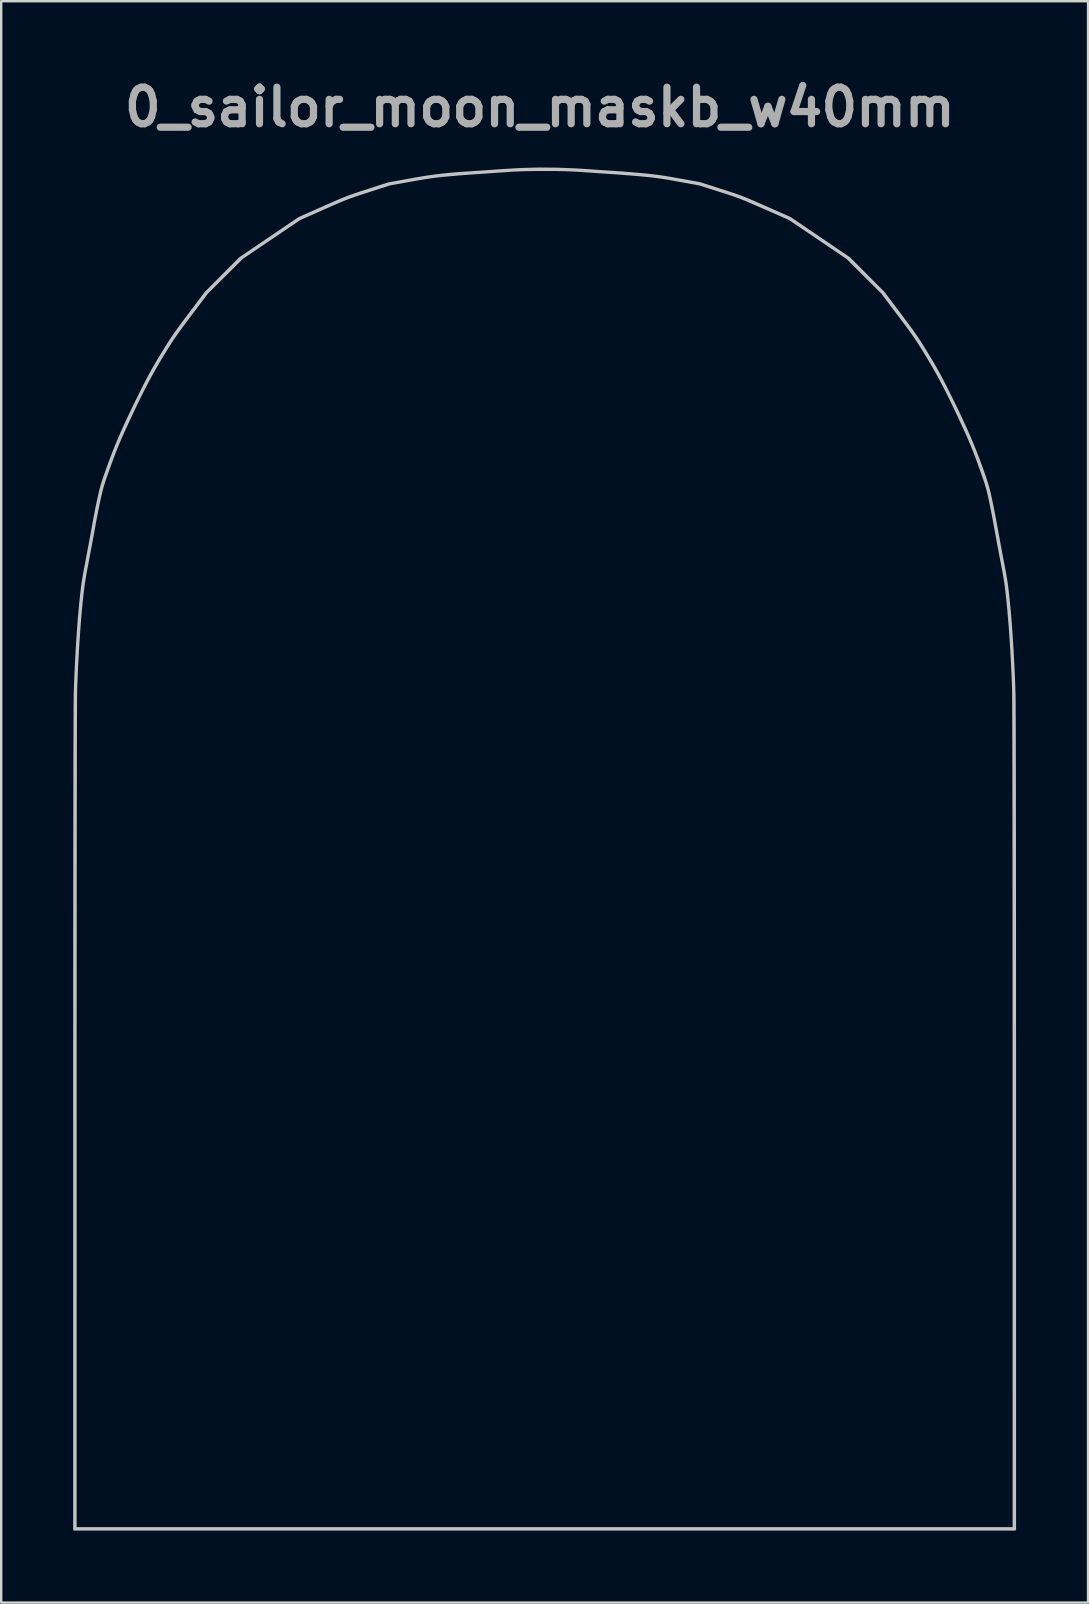
<source format=kicad_pcb>
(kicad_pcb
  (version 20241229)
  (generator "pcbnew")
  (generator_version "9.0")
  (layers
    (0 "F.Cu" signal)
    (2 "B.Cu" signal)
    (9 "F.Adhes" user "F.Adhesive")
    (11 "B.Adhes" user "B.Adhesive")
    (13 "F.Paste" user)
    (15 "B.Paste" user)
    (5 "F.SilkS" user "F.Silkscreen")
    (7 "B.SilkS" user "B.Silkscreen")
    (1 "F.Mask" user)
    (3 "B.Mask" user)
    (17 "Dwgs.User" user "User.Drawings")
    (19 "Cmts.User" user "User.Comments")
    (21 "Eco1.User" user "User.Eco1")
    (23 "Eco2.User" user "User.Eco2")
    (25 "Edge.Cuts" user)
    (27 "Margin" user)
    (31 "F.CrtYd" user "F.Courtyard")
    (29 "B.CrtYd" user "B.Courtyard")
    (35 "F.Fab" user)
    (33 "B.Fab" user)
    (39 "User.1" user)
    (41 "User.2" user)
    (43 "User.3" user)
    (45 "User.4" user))
  (footprint "0_sailor_moon_maskb_w40mm"
    (layer "F.Cu")
    (at 19.65 32.318)
    (property "Reference" "0_sailor_moon_maskb_w40mm" (at -0.2 -30.9 0) (layer "F.Fab") (effects (font (size 1.524 1.524) (thickness 0.3))))
    (attr board_only exclude_from_pos_files exclude_from_bom)
    (fp_poly (pts (xy -0.015 -24.152) (xy 0.127 -24.148) (xy 0.264 -24.143) (xy 0.403 -24.135) (xy 0.554 -24.125) (xy 0.711 -24.113) (xy 1.26 -24.066) (xy 1.783 -24.012) (xy 2.277 -23.953) (xy 2.739 -23.889) (xy 3.165 -23.82) (xy 3.552 -23.746) (xy 3.763 -23.701) (xy 4.187 -23.596) (xy 4.641 -23.472) (xy 5.116 -23.329) (xy 5.605 -23.171) (xy 6.1 -23.001) (xy 6.593 -22.822) (xy 7.075 -22.636) (xy 7.54 -22.446) (xy 7.978 -22.255) (xy 8.233 -22.137) (xy 8.868 -21.818) (xy 9.5 -21.465) (xy 10.125 -21.082) (xy 10.736 -20.672) (xy 11.328 -20.24) (xy 11.895 -19.789) (xy 12.433 -19.323) (xy 12.934 -18.847) (xy 13.2 -18.575) (xy 13.502 -18.254) (xy 13.774 -17.956) (xy 14.021 -17.679) (xy 14.247 -17.415) (xy 14.457 -17.16) (xy 14.655 -16.909) (xy 14.845 -16.657) (xy 14.895 -16.589) (xy 15.228 -16.112) (xy 15.559 -15.598) (xy 15.885 -15.054) (xy 16.2 -14.489) (xy 16.503 -13.908) (xy 16.787 -13.32) (xy 17.051 -12.733) (xy 17.289 -12.152) (xy 17.471 -11.667) (xy 17.607 -11.262) (xy 17.737 -10.836) (xy 17.86 -10.395) (xy 17.975 -9.946) (xy 18.078 -9.496) (xy 18.169 -9.053) (xy 18.247 -8.623) (xy 18.31 -8.214) (xy 18.355 -7.833) (xy 18.376 -7.589) (xy 18.395 -7.241) (xy 18.408 -6.861) (xy 18.414 -6.459) (xy 18.414 -6.044) (xy 18.408 -5.628) (xy 18.396 -5.222) (xy 18.378 -4.835) (xy 18.354 -4.478) (xy 18.344 -4.367) (xy 18.304 -3.93) (xy 18.263 -3.532) (xy 18.221 -3.166) (xy 18.177 -2.825) (xy 18.13 -2.504) (xy 18.078 -2.196) (xy 18.02 -1.894) (xy 17.956 -1.594) (xy 17.884 -1.287) (xy 17.803 -0.969) (xy 17.712 -0.632) (xy 17.644 -0.389) (xy 17.565 -0.115) (xy 17.495 0.123) (xy 17.432 0.332) (xy 17.374 0.518) (xy 17.317 0.688) (xy 17.261 0.849) (xy 17.202 1.008) (xy 17.138 1.172) (xy 17.068 1.347) (xy 17.058 1.37) (xy 16.87 1.82) (xy 16.687 2.235) (xy 16.505 2.624) (xy 16.32 2.996) (xy 16.126 3.361) (xy 15.921 3.726) (xy 15.739 4.033) (xy 15.528 4.381) (xy 15.332 4.695) (xy 15.147 4.983) (xy 14.967 5.251) (xy 14.79 5.505) (xy 14.609 5.753) (xy 14.42 6.001) (xy 14.219 6.255) (xy 14.106 6.396) (xy 13.846 6.712) (xy 13.608 6.996) (xy 13.389 7.249) (xy 13.187 7.475) (xy 12.999 7.677) (xy 12.821 7.858) (xy 12.652 8.021) (xy 12.557 8.108) (xy 12.013 8.577) (xy 11.463 9.011) (xy 10.894 9.417) (xy 10.297 9.804) (xy 10.222 9.85) (xy 9.839 10.082) (xy 9.486 10.291) (xy 9.159 10.479) (xy 8.853 10.65) (xy 8.562 10.805) (xy 8.282 10.947) (xy 8.006 11.079) (xy 7.73 11.204) (xy 7.449 11.323) (xy 7.157 11.44) (xy 6.849 11.557) (xy 6.533 11.672) (xy 5.945 11.878) (xy 5.388 12.061) (xy 4.855 12.225) (xy 4.339 12.37) (xy 3.833 12.499) (xy 3.331 12.614) (xy 2.825 12.717) (xy 2.424 12.789) (xy 2.297 12.814) (xy 2.202 12.844) (xy 2.132 12.887) (xy 2.078 12.949) (xy 2.032 13.038) (xy 1.986 13.161) (xy 1.972 13.204) (xy 1.844 13.645) (xy 1.749 14.079) (xy 1.689 14.498) (xy 1.674 14.678) (xy 1.67 14.854) (xy 1.68 15.059) (xy 1.7 15.281) (xy 1.73 15.505) (xy 1.768 15.72) (xy 1.813 15.912) (xy 1.822 15.943) (xy 1.841 16.01) (xy 1.86 16.072) (xy 1.88 16.131) (xy 1.903 16.193) (xy 1.931 16.261) (xy 1.966 16.34) (xy 2.01 16.433) (xy 2.065 16.546) (xy 2.132 16.682) (xy 2.213 16.845) (xy 2.311 17.04) (xy 2.42 17.256) (xy 2.468 17.393) (xy 2.487 17.548) (xy 2.477 17.705) (xy 2.446 17.822) (xy 2.414 17.894) (xy 2.374 17.951) (xy 2.314 18.006) (xy 2.261 18.047) (xy 2.183 18.101) (xy 2.107 18.146) (xy 2.05 18.174) (xy 2.047 18.175) (xy 1.981 18.188) (xy 1.887 18.195) (xy 1.782 18.197) (xy 1.682 18.192) (xy 1.604 18.182) (xy 1.598 18.181) (xy 1.556 18.161) (xy 1.491 18.119) (xy 1.413 18.063) (xy 1.362 18.022) (xy 1.241 17.91) (xy 1.103 17.758) (xy 0.95 17.566) (xy 0.782 17.336) (xy 0.601 17.069) (xy 0.46 16.851) (xy 0.369 16.705) (xy 0.295 16.582) (xy 0.233 16.471) (xy 0.177 16.36) (xy 0.122 16.237) (xy 0.06 16.091) (xy 0.017 15.985) (xy -0.047 15.825) (xy -0.097 15.696) (xy -0.136 15.586) (xy -0.167 15.485) (xy -0.194 15.382) (xy -0.219 15.266) (xy -0.247 15.126) (xy -0.25 15.111) (xy -0.279 14.954) (xy -0.306 14.786) (xy -0.33 14.623) (xy -0.348 14.478) (xy -0.355 14.403) (xy -0.38 14.106) (xy -0.62 13.809) (xy -0.871 13.728) (xy -0.98 13.693) (xy -1.082 13.661) (xy -1.165 13.634) (xy -1.211 13.62) (xy -1.269 13.598) (xy -1.353 13.56) (xy -1.448 13.513) (xy -1.504 13.484) (xy -1.563 13.455) (xy -1.634 13.423) (xy -1.72 13.389) (xy -1.825 13.349) (xy -1.954 13.304) (xy -2.109 13.252) (xy -2.297 13.191) (xy -2.519 13.119) (xy -2.726 13.054) (xy -2.977 12.975) (xy -3.254 12.889) (xy -3.547 12.799) (xy -3.844 12.708) (xy -4.134 12.621) (xy -4.407 12.539) (xy -4.65 12.468) (xy -4.69 12.456) (xy -5.007 12.362) (xy -5.305 12.269) (xy -5.59 12.176) (xy -5.87 12.079) (xy -6.15 11.977) (xy -6.437 11.867) (xy -6.738 11.747) (xy -7.058 11.614) (xy -7.404 11.466) (xy -7.783 11.3) (xy -7.82 11.283) (xy -8.477 10.98) (xy -9.099 10.666) (xy -9.684 10.342) (xy -10.231 10.009) (xy -10.738 9.67) (xy -11.155 9.361) (xy -11.301 9.249) (xy -11.416 9.167) (xy -11.502 9.112) (xy -11.56 9.084) (xy -11.574 9.081) (xy -11.676 9.086) (xy -11.792 9.129) (xy -11.919 9.21) (xy -11.948 9.233) (xy -12.018 9.286) (xy -12.112 9.35) (xy -12.214 9.417) (xy -12.271 9.451) (xy -12.356 9.501) (xy -12.434 9.541) (xy -12.515 9.575) (xy -12.609 9.608) (xy -12.728 9.643) (xy -12.846 9.676) (xy -13.04 9.723) (xy -13.265 9.768) (xy -13.511 9.811) (xy -13.769 9.85) (xy -14.027 9.882) (xy -14.276 9.908) (xy -14.504 9.926) (xy -14.702 9.933) (xy -14.733 9.934) (xy -15.021 9.923) (xy -15.272 9.892) (xy -15.484 9.84) (xy -15.658 9.766) (xy -15.794 9.673) (xy -15.867 9.592) (xy -15.902 9.54) (xy -15.922 9.491) (xy -15.931 9.43) (xy -15.933 9.342) (xy -15.933 9.338) (xy -15.932 9.256) (xy -15.925 9.197) (xy -15.907 9.145) (xy -15.872 9.085) (xy -15.828 9.02) (xy -15.782 8.956) (xy -15.732 8.898) (xy -15.671 8.839) (xy -15.593 8.772) (xy -15.49 8.691) (xy -15.4 8.624) (xy -15.265 8.524) (xy -15.11 8.411) (xy -14.948 8.296) (xy -14.797 8.189) (xy -14.733 8.145) (xy -14.513 7.992) (xy -14.326 7.862) (xy -14.171 7.753) (xy -14.045 7.663) (xy -13.946 7.589) (xy -13.871 7.531) (xy -13.817 7.484) (xy -13.782 7.448) (xy -13.763 7.42) (xy -13.758 7.398) (xy -13.764 7.381) (xy -13.779 7.365) (xy -13.783 7.361) (xy -13.814 7.351) (xy -13.881 7.339) (xy -13.975 7.324) (xy -14.089 7.309) (xy -14.156 7.302) (xy -14.392 7.273) (xy -14.588 7.244) (xy -14.747 7.212) (xy -14.874 7.174) (xy -14.973 7.13) (xy -15.048 7.077) (xy -15.102 7.014) (xy -15.14 6.938) (xy -15.166 6.848) (xy -15.169 6.835) (xy -15.193 6.714) (xy -15.091 6.615) (xy -15.023 6.558) (xy -14.926 6.49) (xy -14.812 6.416) (xy -14.693 6.344) (xy -14.58 6.282) (xy -14.484 6.237) (xy -14.482 6.236) (xy -14.43 6.212) (xy -14.411 6.191) (xy -14.419 6.161) (xy -14.425 6.151) (xy -14.461 6.095) (xy -14.523 6.013) (xy -14.604 5.914) (xy -14.698 5.802) (xy -14.801 5.686) (xy -14.905 5.571) (xy -15.005 5.464) (xy -15.095 5.373) (xy -15.138 5.332) (xy -15.381 5.118) (xy -15.619 4.937) (xy -15.863 4.78) (xy -16.115 4.643) (xy -16.34 4.524) (xy -16.535 4.408) (xy -16.712 4.286) (xy -16.883 4.148) (xy -16.994 4.049) (xy -17.077 3.97) (xy -17.155 3.888) (xy -17.233 3.797) (xy -17.317 3.687) (xy -17.416 3.552) (xy -17.473 3.47) (xy -17.577 3.32) (xy -17.66 3.193) (xy -17.728 3.08) (xy -17.789 2.97) (xy -17.848 2.85) (xy -17.907 2.72) (xy -18.037 2.41) (xy -18.165 2.073) (xy -18.286 1.722) (xy -18.394 1.374) (xy -18.484 1.042) (xy -18.509 0.939) (xy -18.586 0.574) (xy -18.64 0.222) (xy -18.674 -0.134) (xy -18.688 -0.509) (xy -18.689 -0.641) (xy -18.686 -0.812) (xy -18.677 -0.982) (xy -18.66 -1.16) (xy -18.634 -1.351) (xy -18.6 -1.562) (xy -18.555 -1.8) (xy -18.5 -2.072) (xy -18.477 -2.178) (xy -18.442 -2.347) (xy -18.416 -2.498) (xy -18.398 -2.64) (xy -18.387 -2.782) (xy -18.384 -2.931) (xy -18.387 -3.099) (xy -18.397 -3.293) (xy -18.411 -3.511) (xy -18.421 -3.689) (xy -18.43 -3.903) (xy -18.436 -4.148) (xy -18.441 -4.418) (xy -18.443 -4.706) (xy -18.444 -5.008) (xy -18.443 -5.317) (xy -18.441 -5.627) (xy -18.436 -5.933) (xy -18.431 -6.229) (xy -18.423 -6.509) (xy -18.414 -6.767) (xy -18.404 -6.998) (xy -18.392 -7.195) (xy -18.379 -7.344) (xy -18.338 -7.741) (xy -18.291 -8.127) (xy -18.237 -8.514) (xy -18.176 -8.911) (xy -18.105 -9.327) (xy -18.023 -9.773) (xy -17.991 -9.944) (xy -17.946 -10.154) (xy -17.886 -10.404) (xy -17.81 -10.695) (xy -17.718 -11.027) (xy -17.611 -11.401) (xy -17.601 -11.433) (xy -17.494 -11.769) (xy -17.366 -12.13) (xy -17.218 -12.508) (xy -17.057 -12.893) (xy -16.886 -13.275) (xy -16.709 -13.645) (xy -16.53 -13.993) (xy -16.379 -14.267) (xy -16.332 -14.345) (xy -16.263 -14.456) (xy -16.175 -14.595) (xy -16.072 -14.757) (xy -15.955 -14.938) (xy -15.828 -15.133) (xy -15.694 -15.338) (xy -15.555 -15.549) (xy -15.45 -15.708) (xy -15.292 -15.945) (xy -15.155 -16.151) (xy -15.034 -16.329) (xy -14.927 -16.487) (xy -14.829 -16.628) (xy -14.736 -16.759) (xy -14.645 -16.883) (xy -14.552 -17.008) (xy -14.453 -17.137) (xy -14.344 -17.276) (xy -14.222 -17.431) (xy -14.082 -17.606) (xy -13.992 -17.719) (xy -13.817 -17.937) (xy -13.666 -18.124) (xy -13.532 -18.286) (xy -13.413 -18.429) (xy -13.304 -18.557) (xy -13.2 -18.675) (xy -13.096 -18.789) (xy -12.989 -18.903) (xy -12.875 -19.023) (xy -12.779 -19.121) (xy -12.619 -19.283) (xy -12.473 -19.427) (xy -12.333 -19.56) (xy -12.192 -19.689) (xy -12.041 -19.822) (xy -11.873 -19.967) (xy -11.678 -20.13) (xy -11.645 -20.157) (xy -11.479 -20.294) (xy -11.34 -20.408) (xy -11.223 -20.502) (xy -11.123 -20.58) (xy -11.032 -20.647) (xy -10.945 -20.708) (xy -10.856 -20.766) (xy -10.758 -20.827) (xy -10.646 -20.893) (xy -10.514 -20.97) (xy -10.5 -20.978) (xy -10.237 -21.129) (xy -9.95 -21.289) (xy -9.644 -21.456) (xy -9.325 -21.628) (xy -8.996 -21.802) (xy -8.664 -21.975) (xy -8.332 -22.145) (xy -8.006 -22.31) (xy -7.691 -22.467) (xy -7.391 -22.614) (xy -7.111 -22.747) (xy -6.857 -22.866) (xy -6.632 -22.966) (xy -6.489 -23.027) (xy -6.052 -23.2) (xy -5.616 -23.356) (xy -5.176 -23.496) (xy -4.726 -23.621) (xy -4.261 -23.734) (xy -3.774 -23.835) (xy -3.26 -23.926) (xy -2.713 -24.009) (xy -2.156 -24.08) (xy -2.023 -24.095) (xy -1.9 -24.108) (xy -1.78 -24.118) (xy -1.656 -24.126) (xy -1.521 -24.133) (xy -1.369 -24.138) (xy -1.191 -24.142) (xy -0.981 -24.146) (xy -0.789 -24.149) (xy -0.549 -24.152) (xy -0.345 -24.153) (xy -0.169 -24.153)) (stroke (width 0) (type solid)) (fill yes) (layer "B.Mask"))
    (fp_poly (pts (xy 0.538 -28.33) (xy 1.301 -28.3) (xy 1.812 -28.268) (xy 2.02 -28.254) (xy 2.225 -28.239) (xy 2.42 -28.226) (xy 2.598 -28.214) (xy 2.752 -28.204) (xy 2.876 -28.196) (xy 2.964 -28.19) (xy 2.978 -28.189) (xy 3.064 -28.184) (xy 3.186 -28.175) (xy 3.337 -28.163) (xy 3.51 -28.149) (xy 3.695 -28.133) (xy 3.887 -28.117) (xy 3.978 -28.109) (xy 4.188 -28.089) (xy 4.372 -28.071) (xy 4.539 -28.052) (xy 4.7 -28.032) (xy 4.862 -28.009) (xy 5.035 -27.982) (xy 5.228 -27.95) (xy 5.45 -27.911) (xy 5.589 -27.886) (xy 6.456 -27.731) (xy 7.333 -27.451) (xy 7.535 -27.386) (xy 7.707 -27.33) (xy 7.857 -27.281) (xy 7.992 -27.235) (xy 8.117 -27.19) (xy 8.239 -27.144) (xy 8.364 -27.094) (xy 8.499 -27.039) (xy 8.65 -26.974) (xy 8.824 -26.899) (xy 9.026 -26.81) (xy 9.222 -26.723) (xy 10.233 -26.276) (xy 11.467 -25.439) (xy 12.7 -24.602) (xy 13.414 -23.885) (xy 14.128 -23.167) (xy 14.806 -22.266) (xy 14.967 -22.051) (xy 15.105 -21.866) (xy 15.225 -21.704) (xy 15.329 -21.559) (xy 15.423 -21.426) (xy 15.511 -21.297) (xy 15.596 -21.169) (xy 15.683 -21.033) (xy 15.776 -20.885) (xy 15.879 -20.718) (xy 15.945 -20.611) (xy 16.09 -20.371) (xy 16.218 -20.155) (xy 16.334 -19.953) (xy 16.444 -19.754) (xy 16.554 -19.548) (xy 16.67 -19.323) (xy 16.799 -19.069) (xy 16.811 -19.045) (xy 17.024 -18.615) (xy 17.217 -18.218) (xy 17.391 -17.849) (xy 17.55 -17.503) (xy 17.695 -17.174) (xy 17.829 -16.858) (xy 17.954 -16.549) (xy 18.072 -16.242) (xy 18.179 -15.952) (xy 18.256 -15.737) (xy 18.32 -15.557) (xy 18.372 -15.404) (xy 18.416 -15.271) (xy 18.453 -15.152) (xy 18.485 -15.038) (xy 18.514 -14.924) (xy 18.544 -14.801) (xy 18.575 -14.663) (xy 18.589 -14.6) (xy 18.629 -14.411) (xy 18.673 -14.195) (xy 18.719 -13.966) (xy 18.762 -13.74) (xy 18.8 -13.534) (xy 18.81 -13.478) (xy 18.838 -13.321) (xy 18.873 -13.131) (xy 18.913 -12.914) (xy 18.956 -12.682) (xy 19 -12.443) (xy 19.045 -12.206) (xy 19.088 -11.98) (xy 19.088 -11.978) (xy 19.134 -11.739) (xy 19.171 -11.536) (xy 19.203 -11.359) (xy 19.23 -11.199) (xy 19.253 -11.049) (xy 19.273 -10.898) (xy 19.293 -10.739) (xy 19.313 -10.563) (xy 19.334 -10.362) (xy 19.353 -10.167) (xy 19.388 -9.801) (xy 19.421 -9.398) (xy 19.452 -8.967) (xy 19.482 -8.515) (xy 19.509 -8.049) (xy 19.533 -7.579) (xy 19.554 -7.111) (xy 19.571 -6.653) (xy 19.578 -6.411) (xy 19.579 -6.339) (xy 19.581 -6.223) (xy 19.582 -6.064) (xy 19.583 -5.862) (xy 19.584 -5.618) (xy 19.586 -5.333) (xy 19.587 -5.007) (xy 19.588 -4.64) (xy 19.589 -4.234) (xy 19.59 -3.788) (xy 19.591 -3.304) (xy 19.592 -2.782) (xy 19.593 -2.223) (xy 19.593 -1.627) (xy 19.594 -0.995) (xy 19.595 -0.327) (xy 19.596 0.376) (xy 19.596 1.113) (xy 19.597 1.884) (xy 19.597 2.688) (xy 19.598 3.525) (xy 19.598 4.394) (xy 19.599 5.294) (xy 19.599 6.225) (xy 19.599 7.187) (xy 19.6 8.178) (xy 19.6 9.198) (xy 19.6 10.247) (xy 19.6 11.323) (xy 19.6 11.372) (xy 19.6 28.378) (xy -19.6 28.378) (xy -19.6 28.333) (xy -19.556 28.333) (xy 19.556 28.333) (xy 19.555 11.217) (xy 19.555 10.177) (xy 19.555 9.161) (xy 19.555 8.169) (xy 19.554 7.204) (xy 19.554 6.264) (xy 19.554 5.352) (xy 19.553 4.467) (xy 19.553 3.611) (xy 19.553 2.783) (xy 19.552 1.986) (xy 19.551 1.219) (xy 19.551 0.483) (xy 19.55 -0.221) (xy 19.55 -0.893) (xy 19.549 -1.531) (xy 19.548 -2.135) (xy 19.547 -2.704) (xy 19.546 -3.238) (xy 19.545 -3.736) (xy 19.544 -4.196) (xy 19.543 -4.62) (xy 19.542 -5.005) (xy 19.541 -5.351) (xy 19.54 -5.657) (xy 19.539 -5.923) (xy 19.538 -6.148) (xy 19.537 -6.331) (xy 19.535 -6.471) (xy 19.534 -6.568) (xy 19.533 -6.611) (xy 19.519 -7.029) (xy 19.5 -7.466) (xy 19.477 -7.914) (xy 19.452 -8.365) (xy 19.423 -8.81) (xy 19.393 -9.24) (xy 19.36 -9.646) (xy 19.327 -10.022) (xy 19.31 -10.2) (xy 19.285 -10.438) (xy 19.263 -10.641) (xy 19.243 -10.819) (xy 19.222 -10.981) (xy 19.199 -11.136) (xy 19.174 -11.295) (xy 19.144 -11.466) (xy 19.108 -11.659) (xy 19.066 -11.883) (xy 19.056 -11.933) (xy 19.013 -12.157) (xy 18.968 -12.398) (xy 18.921 -12.644) (xy 18.876 -12.885) (xy 18.835 -13.111) (xy 18.798 -13.311) (xy 18.778 -13.422) (xy 18.742 -13.621) (xy 18.701 -13.838) (xy 18.658 -14.059) (xy 18.616 -14.273) (xy 18.576 -14.465) (xy 18.554 -14.572) (xy 18.523 -14.71) (xy 18.495 -14.832) (xy 18.467 -14.945) (xy 18.437 -15.055) (xy 18.402 -15.17) (xy 18.362 -15.297) (xy 18.313 -15.441) (xy 18.254 -15.611) (xy 18.183 -15.812) (xy 18.145 -15.916) (xy 18.054 -16.171) (xy 17.971 -16.394) (xy 17.892 -16.597) (xy 17.814 -16.792) (xy 17.731 -16.988) (xy 17.64 -17.197) (xy 17.535 -17.43) (xy 17.481 -17.549) (xy 17.283 -17.977) (xy 17.099 -18.368) (xy 16.925 -18.728) (xy 16.759 -19.061) (xy 16.598 -19.373) (xy 16.441 -19.669) (xy 16.283 -19.953) (xy 16.123 -20.231) (xy 15.958 -20.507) (xy 15.921 -20.568) (xy 15.812 -20.745) (xy 15.716 -20.901) (xy 15.627 -21.041) (xy 15.543 -21.171) (xy 15.459 -21.296) (xy 15.371 -21.423) (xy 15.276 -21.557) (xy 15.169 -21.704) (xy 15.046 -21.87) (xy 14.903 -22.061) (xy 14.765 -22.244) (xy 14.069 -23.167) (xy 13.34 -23.892) (xy 12.611 -24.617) (xy 11.409 -25.43) (xy 10.206 -26.243) (xy 9.175 -26.696) (xy 8.94 -26.799) (xy 8.739 -26.887) (xy 8.567 -26.961) (xy 8.416 -27.025) (xy 8.281 -27.08) (xy 8.156 -27.13) (xy 8.034 -27.175) (xy 7.908 -27.22) (xy 7.774 -27.265) (xy 7.624 -27.315) (xy 7.452 -27.37) (xy 7.3 -27.419) (xy 6.456 -27.688) (xy 5.59 -27.844) (xy 5.348 -27.888) (xy 5.14 -27.924) (xy 4.958 -27.954) (xy 4.792 -27.979) (xy 4.634 -28) (xy 4.474 -28.02) (xy 4.303 -28.038) (xy 4.113 -28.056) (xy 4.001 -28.066) (xy 3.803 -28.084) (xy 3.597 -28.101) (xy 3.395 -28.117) (xy 3.205 -28.132) (xy 3.038 -28.145) (xy 2.902 -28.154) (xy 2.878 -28.156) (xy 2.753 -28.163) (xy 2.594 -28.174) (xy 2.409 -28.186) (xy 2.208 -28.2) (xy 2.001 -28.215) (xy 1.796 -28.229) (xy 1.727 -28.234) (xy 1.518 -28.249) (xy 1.329 -28.261) (xy 1.152 -28.27) (xy 0.977 -28.277) (xy 0.798 -28.282) (xy 0.603 -28.286) (xy 0.386 -28.288) (xy 0.137 -28.289) (xy 0.003 -28.289) (xy -0.255 -28.289) (xy -0.479 -28.287) (xy -0.676 -28.285) (xy -0.857 -28.281) (xy -1.03 -28.275) (xy -1.206 -28.267) (xy -1.392 -28.257) (xy -1.599 -28.243) (xy -1.835 -28.227) (xy -1.879 -28.224) (xy -2.088 -28.209) (xy -2.293 -28.195) (xy -2.487 -28.181) (xy -2.665 -28.169) (xy -2.819 -28.159) (xy -2.943 -28.151) (xy -3.031 -28.145) (xy -3.044 -28.144) (xy -3.132 -28.139) (xy -3.256 -28.129) (xy -3.408 -28.117) (xy -3.58 -28.103) (xy -3.764 -28.087) (xy -3.951 -28.071) (xy -4.004 -28.066) (xy -4.203 -28.048) (xy -4.381 -28.03) (xy -4.545 -28.011) (xy -4.705 -27.99) (xy -4.869 -27.966) (xy -5.047 -27.938) (xy -5.247 -27.904) (xy -5.478 -27.864) (xy -5.587 -27.844) (xy -6.467 -27.685) (xy -7.35 -27.4) (xy -7.556 -27.333) (xy -7.733 -27.276) (xy -7.887 -27.224) (xy -8.026 -27.176) (xy -8.155 -27.129) (xy -8.281 -27.081) (xy -8.412 -27.029) (xy -8.553 -26.97) (xy -8.711 -26.902) (xy -8.894 -26.822) (xy -9.107 -26.728) (xy -9.221 -26.678) (xy -10.208 -26.241) (xy -12.611 -24.617) (xy -13.34 -23.892) (xy -14.069 -23.167) (xy -14.765 -22.244) (xy -14.927 -22.029) (xy -15.066 -21.842) (xy -15.187 -21.68) (xy -15.292 -21.535) (xy -15.386 -21.402) (xy -15.473 -21.276) (xy -15.556 -21.15) (xy -15.641 -21.02) (xy -15.73 -20.878) (xy -15.828 -20.719) (xy -15.921 -20.568) (xy -16.087 -20.291) (xy -16.248 -20.014) (xy -16.406 -19.732) (xy -16.564 -19.439) (xy -16.723 -19.132) (xy -16.888 -18.803) (xy -17.06 -18.45) (xy -17.241 -18.066) (xy -17.436 -17.646) (xy -17.481 -17.549) (xy -17.593 -17.301) (xy -17.69 -17.083) (xy -17.776 -16.882) (xy -17.856 -16.688) (xy -17.934 -16.49) (xy -18.014 -16.277) (xy -18.101 -16.039) (xy -18.146 -15.916) (xy -18.222 -15.701) (xy -18.286 -15.522) (xy -18.338 -15.37) (xy -18.381 -15.239) (xy -18.417 -15.122) (xy -18.449 -15.012) (xy -18.477 -14.903) (xy -18.505 -14.786) (xy -18.534 -14.656) (xy -18.565 -14.516) (xy -18.606 -14.318) (xy -18.652 -14.092) (xy -18.698 -13.856) (xy -18.742 -13.625) (xy -18.78 -13.417) (xy -18.789 -13.367) (xy -18.818 -13.204) (xy -18.854 -13.009) (xy -18.894 -12.789) (xy -18.938 -12.556) (xy -18.983 -12.319) (xy -19.026 -12.088) (xy -19.056 -11.933) (xy -19.1 -11.701) (xy -19.137 -11.502) (xy -19.168 -11.327) (xy -19.194 -11.167) (xy -19.218 -11.011) (xy -19.239 -10.851) (xy -19.259 -10.677) (xy -19.281 -10.48) (xy -19.305 -10.249) (xy -19.31 -10.2) (xy -19.344 -9.842) (xy -19.377 -9.448) (xy -19.409 -9.027) (xy -19.438 -8.586) (xy -19.465 -8.135) (xy -19.49 -7.681) (xy -19.51 -7.234) (xy -19.527 -6.8) (xy -19.533 -6.611) (xy -19.534 -6.545) (xy -19.536 -6.436) (xy -19.537 -6.283) (xy -19.538 -6.088) (xy -19.539 -5.852) (xy -19.54 -5.574) (xy -19.542 -5.257) (xy -19.543 -4.9) (xy -19.544 -4.504) (xy -19.545 -4.07) (xy -19.546 -3.598) (xy -19.546 -3.09) (xy -19.547 -2.547) (xy -19.548 -1.967) (xy -19.549 -1.354) (xy -19.55 -0.706) (xy -19.55 -0.025) (xy -19.551 0.688) (xy -19.552 1.432) (xy -19.552 2.208) (xy -19.553 3.014) (xy -19.553 3.85) (xy -19.554 4.714) (xy -19.554 5.607) (xy -19.554 6.527) (xy -19.555 7.474) (xy -19.555 8.447) (xy -19.555 9.445) (xy -19.555 10.468) (xy -19.555 11.217) (xy -19.556 28.333) (xy -19.6 28.333) (xy -19.6 11.361) (xy -19.6 10.253) (xy -19.6 9.175) (xy -19.6 8.129) (xy -19.599 7.115) (xy -19.599 6.134) (xy -19.599 5.185) (xy -19.598 4.269) (xy -19.598 3.387) (xy -19.597 2.54) (xy -19.597 1.727) (xy -19.596 0.95) (xy -19.596 0.208) (xy -19.595 -0.497) (xy -19.594 -1.166) (xy -19.593 -1.797) (xy -19.592 -2.391) (xy -19.592 -2.946) (xy -19.591 -3.462) (xy -19.59 -3.94) (xy -19.589 -4.377) (xy -19.587 -4.775) (xy -19.586 -5.132) (xy -19.585 -5.447) (xy -19.584 -5.721) (xy -19.583 -5.953) (xy -19.581 -6.142) (xy -19.58 -6.288) (xy -19.579 -6.39) (xy -19.578 -6.433) (xy -19.563 -6.888) (xy -19.544 -7.357) (xy -19.521 -7.832) (xy -19.495 -8.305) (xy -19.466 -8.768) (xy -19.435 -9.214) (xy -19.402 -9.634) (xy -19.368 -10.021) (xy -19.354 -10.167) (xy -19.33 -10.397) (xy -19.309 -10.594) (xy -19.29 -10.767) (xy -19.27 -10.924) (xy -19.249 -11.074) (xy -19.225 -11.226) (xy -19.198 -11.388) (xy -19.165 -11.569) (xy -19.126 -11.778) (xy -19.088 -11.978) (xy -19.046 -12.204) (xy -19.001 -12.441) (xy -18.956 -12.68) (xy -18.913 -12.913) (xy -18.873 -13.129) (xy -18.838 -13.32) (xy -18.81 -13.477) (xy -18.81 -13.478) (xy -18.774 -13.675) (xy -18.732 -13.896) (xy -18.687 -14.126) (xy -18.642 -14.348) (xy -18.6 -14.547) (xy -18.589 -14.6) (xy -18.556 -14.746) (xy -18.527 -14.874) (xy -18.498 -14.991) (xy -18.467 -15.103) (xy -18.433 -15.219) (xy -18.392 -15.345) (xy -18.344 -15.487) (xy -18.285 -15.654) (xy -18.215 -15.853) (xy -18.179 -15.952) (xy -18.065 -16.262) (xy -17.946 -16.569) (xy -17.82 -16.879) (xy -17.685 -17.197) (xy -17.539 -17.527) (xy -17.379 -17.876) (xy -17.202 -18.247) (xy -17.008 -18.647) (xy -16.811 -19.045) (xy -16.681 -19.302) (xy -16.564 -19.529) (xy -16.454 -19.736) (xy -16.344 -19.936) (xy -16.228 -20.137) (xy -16.102 -20.351) (xy -15.958 -20.588) (xy -15.945 -20.611) (xy -15.834 -20.791) (xy -15.736 -20.949) (xy -15.646 -21.092) (xy -15.56 -21.224) (xy -15.474 -21.351) (xy -15.385 -21.481) (xy -15.287 -21.619) (xy -15.176 -21.77) (xy -15.049 -21.941) (xy -14.902 -22.138) (xy -14.806 -22.266) (xy -14.128 -23.167) (xy -13.414 -23.885) (xy -12.7 -24.602) (xy -10.233 -26.276) (xy -9.233 -26.718) (xy -9.001 -26.821) (xy -8.802 -26.908) (xy -8.632 -26.982) (xy -8.482 -27.046) (xy -8.346 -27.101) (xy -8.219 -27.151) (xy -8.092 -27.198) (xy -7.961 -27.245) (xy -7.818 -27.293) (xy -7.656 -27.347) (xy -7.47 -27.407) (xy -7.378 -27.437) (xy -6.522 -27.713) (xy -5.622 -27.878) (xy -5.333 -27.929) (xy -5.066 -27.974) (xy -4.812 -28.013) (xy -4.565 -28.048) (xy -4.317 -28.078) (xy -4.059 -28.105) (xy -3.784 -28.13) (xy -3.485 -28.153) (xy -3.153 -28.176) (xy -2.954 -28.189) (xy -2.79 -28.2) (xy -2.592 -28.213) (xy -2.373 -28.228) (xy -2.144 -28.244) (xy -1.916 -28.26) (xy -1.7 -28.275) (xy -1.656 -28.278) (xy -0.931 -28.319) (xy -0.203 -28.337)) (stroke (width 0.1) (type solid)) (fill no) (layer "Dwgs.User")))
  (gr_rect
    (start -3 -3)
    (end 42.3 63.746)
    (stroke (width 0.1) (type default))
    (fill no)
    (layer "Edge.Cuts")))
</source>
